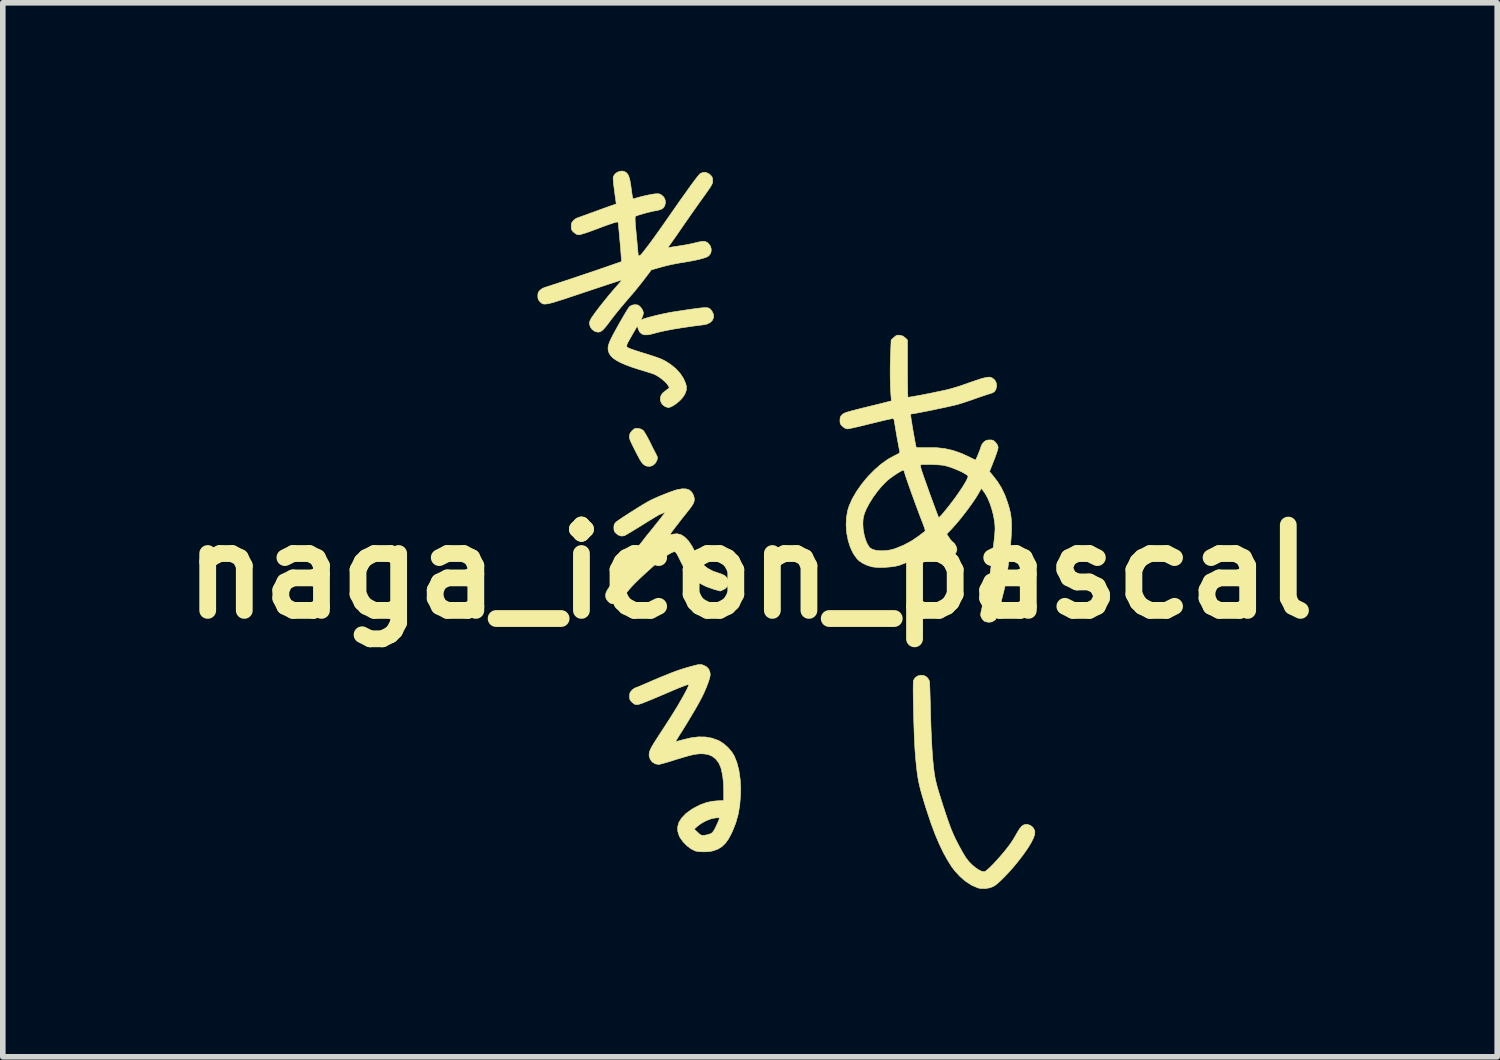
<source format=kicad_pcb>
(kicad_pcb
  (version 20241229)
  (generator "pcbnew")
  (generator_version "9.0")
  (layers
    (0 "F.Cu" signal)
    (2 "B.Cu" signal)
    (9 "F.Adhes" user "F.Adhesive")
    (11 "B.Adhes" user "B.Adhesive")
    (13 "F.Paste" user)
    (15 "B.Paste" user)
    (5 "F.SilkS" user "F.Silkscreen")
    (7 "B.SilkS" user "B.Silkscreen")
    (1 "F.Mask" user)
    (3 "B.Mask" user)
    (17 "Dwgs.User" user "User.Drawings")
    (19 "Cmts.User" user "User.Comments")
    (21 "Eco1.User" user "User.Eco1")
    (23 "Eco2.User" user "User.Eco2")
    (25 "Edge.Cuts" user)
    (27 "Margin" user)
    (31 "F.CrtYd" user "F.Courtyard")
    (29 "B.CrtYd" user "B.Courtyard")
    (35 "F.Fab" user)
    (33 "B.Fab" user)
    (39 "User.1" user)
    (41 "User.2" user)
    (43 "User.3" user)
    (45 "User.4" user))
  (footprint "naga_icon_pascal"
    (layer "F.Cu")
    (at 10.349 7.165)
    (property "Reference" "naga_icon_pascal" (at 0 0 0) (layer "F.SilkS") (effects (font (size 1.524 1.524) (thickness 0.3))))
    (attr through_hole)
    (fp_poly (pts (xy -1.998 -2.562) (xy -1.944 -2.548) (xy -1.909 -2.526) (xy -1.892 -2.504) (xy -1.867 -2.464) (xy -1.837 -2.411) (xy -1.804 -2.349) (xy -1.788 -2.318) (xy -1.756 -2.252) (xy -1.725 -2.19) (xy -1.698 -2.138) (xy -1.679 -2.101) (xy -1.674 -2.09) (xy -1.657 -2.056) (xy -1.654 -2.031) (xy -1.661 -2) (xy -1.665 -1.989) (xy -1.695 -1.936) (xy -1.738 -1.9) (xy -1.79 -1.883) (xy -1.845 -1.888) (xy -1.871 -1.898) (xy -1.893 -1.912) (xy -1.914 -1.929) (xy -1.934 -1.953) (xy -1.957 -1.987) (xy -1.984 -2.035) (xy -2.018 -2.099) (xy -2.059 -2.178) (xy -2.096 -2.253) (xy -2.123 -2.309) (xy -2.141 -2.35) (xy -2.151 -2.381) (xy -2.155 -2.405) (xy -2.155 -2.426) (xy -2.154 -2.432) (xy -2.142 -2.476) (xy -2.112 -2.515) (xy -2.101 -2.526) (xy -2.07 -2.552) (xy -2.044 -2.563) (xy -2.012 -2.563) (xy -1.998 -2.562)) (stroke (width 0.01) (type solid)) (fill yes) (layer "F.SilkS"))
    (fp_poly (pts (xy 3.102 1.851) (xy 3.152 1.877) (xy 3.161 1.885) (xy 3.188 1.918) (xy 3.205 1.954) (xy 3.206 1.961) (xy 3.208 1.982) (xy 3.21 2.025) (xy 3.213 2.088) (xy 3.215 2.168) (xy 3.218 2.262) (xy 3.221 2.367) (xy 3.224 2.48) (xy 3.225 2.54) (xy 3.232 2.766) (xy 3.241 2.975) (xy 3.251 3.163) (xy 3.263 3.331) (xy 3.277 3.477) (xy 3.292 3.6) (xy 3.309 3.698) (xy 3.309 3.702) (xy 3.324 3.763) (xy 3.345 3.844) (xy 3.373 3.939) (xy 3.406 4.045) (xy 3.441 4.157) (xy 3.478 4.27) (xy 3.515 4.381) (xy 3.551 4.484) (xy 3.585 4.576) (xy 3.606 4.629) (xy 3.639 4.706) (xy 3.682 4.796) (xy 3.731 4.89) (xy 3.781 4.982) (xy 3.828 5.063) (xy 3.857 5.109) (xy 3.904 5.17) (xy 3.96 5.229) (xy 4.02 5.28) (xy 4.08 5.322) (xy 4.135 5.349) (xy 4.181 5.359) (xy 4.181 5.359) (xy 4.204 5.35) (xy 4.239 5.323) (xy 4.285 5.282) (xy 4.339 5.228) (xy 4.397 5.166) (xy 4.458 5.098) (xy 4.519 5.027) (xy 4.578 4.955) (xy 4.631 4.886) (xy 4.671 4.83) (xy 4.702 4.782) (xy 4.737 4.723) (xy 4.77 4.665) (xy 4.775 4.656) (xy 4.816 4.59) (xy 4.854 4.545) (xy 4.892 4.52) (xy 4.935 4.512) (xy 4.958 4.513) (xy 5.012 4.532) (xy 5.056 4.569) (xy 5.084 4.62) (xy 5.088 4.639) (xy 5.086 4.69) (xy 5.063 4.758) (xy 5.021 4.841) (xy 4.96 4.941) (xy 4.879 5.056) (xy 4.778 5.187) (xy 4.777 5.188) (xy 4.706 5.274) (xy 4.633 5.357) (xy 4.561 5.434) (xy 4.492 5.503) (xy 4.43 5.56) (xy 4.377 5.602) (xy 4.339 5.625) (xy 4.272 5.648) (xy 4.196 5.659) (xy 4.121 5.658) (xy 4.07 5.647) (xy 3.961 5.6) (xy 3.854 5.531) (xy 3.751 5.443) (xy 3.657 5.341) (xy 3.596 5.259) (xy 3.519 5.135) (xy 3.446 5) (xy 3.375 4.851) (xy 3.305 4.685) (xy 3.236 4.5) (xy 3.167 4.293) (xy 3.15 4.242) (xy 3.109 4.111) (xy 3.076 3.999) (xy 3.048 3.901) (xy 3.026 3.812) (xy 3.008 3.727) (xy 2.993 3.64) (xy 2.981 3.547) (xy 2.969 3.442) (xy 2.958 3.32) (xy 2.953 3.259) (xy 2.948 3.195) (xy 2.943 3.115) (xy 2.939 3.021) (xy 2.934 2.918) (xy 2.93 2.807) (xy 2.926 2.691) (xy 2.923 2.574) (xy 2.92 2.459) (xy 2.918 2.348) (xy 2.916 2.244) (xy 2.915 2.151) (xy 2.915 2.071) (xy 2.916 2.007) (xy 2.917 1.963) (xy 2.92 1.941) (xy 2.92 1.94) (xy 2.95 1.892) (xy 2.995 1.861) (xy 3.048 1.847) (xy 3.102 1.851)) (stroke (width 0.01) (type solid)) (fill yes) (layer "F.SilkS"))
    (fp_poly (pts (xy -2.012 -4.768) (xy -1.987 -4.757) (xy -1.951 -4.724) (xy -1.922 -4.68) (xy -1.906 -4.636) (xy -1.905 -4.622) (xy -1.911 -4.59) (xy -1.925 -4.551) (xy -1.929 -4.543) (xy -1.943 -4.511) (xy -1.943 -4.496) (xy -1.931 -4.501) (xy -1.923 -4.508) (xy -1.905 -4.517) (xy -1.867 -4.529) (xy -1.812 -4.545) (xy -1.746 -4.562) (xy -1.673 -4.581) (xy -1.596 -4.599) (xy -1.52 -4.615) (xy -1.451 -4.629) (xy -1.419 -4.635) (xy -1.359 -4.645) (xy -1.281 -4.657) (xy -1.193 -4.67) (xy -1.101 -4.684) (xy -1.024 -4.695) (xy -0.931 -4.707) (xy -0.86 -4.716) (xy -0.806 -4.719) (xy -0.767 -4.718) (xy -0.738 -4.711) (xy -0.716 -4.698) (xy -0.697 -4.678) (xy -0.678 -4.651) (xy -0.675 -4.648) (xy -0.652 -4.595) (xy -0.652 -4.542) (xy -0.672 -4.494) (xy -0.712 -4.454) (xy -0.767 -4.426) (xy -0.82 -4.414) (xy -1.016 -4.389) (xy -1.196 -4.363) (xy -1.359 -4.337) (xy -1.502 -4.31) (xy -1.623 -4.283) (xy -1.722 -4.257) (xy -1.727 -4.255) (xy -1.813 -4.235) (xy -1.883 -4.233) (xy -1.936 -4.25) (xy -1.974 -4.286) (xy -1.997 -4.336) (xy -2.013 -4.393) (xy -2.117 -4.213) (xy -2.157 -4.143) (xy -2.185 -4.092) (xy -2.2 -4.056) (xy -2.204 -4.03) (xy -2.195 -4.013) (xy -2.173 -3.999) (xy -2.139 -3.985) (xy -2.112 -3.975) (xy -2.077 -3.963) (xy -2.023 -3.945) (xy -1.957 -3.924) (xy -1.883 -3.901) (xy -1.833 -3.886) (xy -1.734 -3.854) (xy -1.654 -3.827) (xy -1.588 -3.801) (xy -1.532 -3.775) (xy -1.481 -3.745) (xy -1.429 -3.711) (xy -1.416 -3.702) (xy -1.324 -3.627) (xy -1.247 -3.542) (xy -1.188 -3.453) (xy -1.149 -3.362) (xy -1.136 -3.308) (xy -1.139 -3.241) (xy -1.166 -3.17) (xy -1.216 -3.098) (xy -1.258 -3.055) (xy -1.312 -3.009) (xy -1.367 -2.971) (xy -1.417 -2.945) (xy -1.457 -2.934) (xy -1.46 -2.934) (xy -1.484 -2.94) (xy -1.517 -2.953) (xy -1.523 -2.955) (xy -1.567 -2.99) (xy -1.594 -3.037) (xy -1.603 -3.09) (xy -1.593 -3.143) (xy -1.564 -3.189) (xy -1.549 -3.203) (xy -1.512 -3.232) (xy -1.476 -3.26) (xy -1.476 -3.26) (xy -1.441 -3.287) (xy -1.466 -3.334) (xy -1.491 -3.367) (xy -1.533 -3.408) (xy -1.584 -3.45) (xy -1.639 -3.489) (xy -1.689 -3.518) (xy -1.723 -3.533) (xy -1.772 -3.55) (xy -1.826 -3.567) (xy -1.829 -3.568) (xy -1.984 -3.615) (xy -2.116 -3.658) (xy -2.227 -3.699) (xy -2.317 -3.739) (xy -2.389 -3.778) (xy -2.445 -3.817) (xy -2.486 -3.857) (xy -2.514 -3.9) (xy -2.522 -3.918) (xy -2.532 -3.951) (xy -2.537 -3.983) (xy -2.535 -4.018) (xy -2.526 -4.059) (xy -2.508 -4.108) (xy -2.481 -4.168) (xy -2.443 -4.242) (xy -2.394 -4.332) (xy -2.349 -4.413) (xy -2.303 -4.493) (xy -2.26 -4.567) (xy -2.222 -4.632) (xy -2.19 -4.684) (xy -2.166 -4.72) (xy -2.153 -4.737) (xy -2.112 -4.762) (xy -2.061 -4.772) (xy -2.012 -4.768)) (stroke (width 0.01) (type solid)) (fill yes) (layer "F.SilkS"))
    (fp_poly (pts (xy -1.142 -1.481) (xy -1.085 -1.462) (xy -1.041 -1.423) (xy -1.011 -1.37) (xy -0.996 -1.316) (xy -0.997 -1.266) (xy -1.016 -1.214) (xy -1.055 -1.155) (xy -1.064 -1.143) (xy -1.091 -1.108) (xy -1.13 -1.058) (xy -1.178 -0.998) (xy -1.23 -0.932) (xy -1.28 -0.868) (xy -1.327 -0.807) (xy -1.368 -0.753) (xy -1.401 -0.71) (xy -1.422 -0.679) (xy -1.43 -0.665) (xy -1.43 -0.664) (xy -1.416 -0.664) (xy -1.386 -0.669) (xy -1.373 -0.673) (xy -1.301 -0.68) (xy -1.231 -0.662) (xy -1.164 -0.618) (xy -1.099 -0.551) (xy -1.037 -0.458) (xy -0.977 -0.341) (xy -0.97 -0.324) (xy -0.914 -0.219) (xy -0.846 -0.133) (xy -0.762 -0.065) (xy -0.661 -0.011) (xy -0.568 0.021) (xy -0.498 0.045) (xy -0.448 0.071) (xy -0.416 0.103) (xy -0.395 0.144) (xy -0.392 0.152) (xy -0.387 0.21) (xy -0.404 0.26) (xy -0.445 0.301) (xy -0.476 0.319) (xy -0.534 0.344) (xy -0.65 0.311) (xy -0.782 0.265) (xy -0.897 0.206) (xy -1.002 0.131) (xy -1.084 0.055) (xy -1.122 0.013) (xy -1.157 -0.035) (xy -1.191 -0.093) (xy -1.23 -0.169) (xy -1.232 -0.171) (xy -1.267 -0.244) (xy -1.294 -0.297) (xy -1.315 -0.333) (xy -1.332 -0.353) (xy -1.349 -0.36) (xy -1.368 -0.356) (xy -1.393 -0.345) (xy -1.419 -0.332) (xy -1.478 -0.298) (xy -1.548 -0.249) (xy -1.631 -0.184) (xy -1.727 -0.102) (xy -1.836 -0.004) (xy -1.925 0.078) (xy -1.998 0.147) (xy -2.059 0.207) (xy -2.11 0.26) (xy -2.156 0.312) (xy -2.199 0.364) (xy -2.239 0.416) (xy -2.278 0.466) (xy -2.314 0.509) (xy -2.343 0.542) (xy -2.361 0.558) (xy -2.362 0.558) (xy -2.39 0.567) (xy -2.429 0.571) (xy -2.439 0.572) (xy -2.478 0.568) (xy -2.509 0.552) (xy -2.535 0.528) (xy -2.566 0.489) (xy -2.579 0.449) (xy -2.578 0.4) (xy -2.573 0.376) (xy -2.56 0.347) (xy -2.539 0.31) (xy -2.506 0.261) (xy -2.46 0.197) (xy -2.433 0.16) (xy -2.385 0.094) (xy -2.333 0.021) (xy -2.284 -0.049) (xy -2.248 -0.102) (xy -2.136 -0.263) (xy -2.007 -0.437) (xy -1.866 -0.62) (xy -1.797 -0.705) (xy -1.743 -0.771) (xy -1.69 -0.838) (xy -1.641 -0.899) (xy -1.601 -0.95) (xy -1.576 -0.982) (xy -1.51 -1.068) (xy -1.558 -1.047) (xy -1.594 -1.032) (xy -1.621 -1.021) (xy -1.626 -1.019) (xy -1.641 -1.01) (xy -1.675 -0.99) (xy -1.725 -0.96) (xy -1.786 -0.923) (xy -1.857 -0.879) (xy -1.929 -0.834) (xy -2.007 -0.786) (xy -2.079 -0.742) (xy -2.143 -0.703) (xy -2.194 -0.673) (xy -2.23 -0.652) (xy -2.247 -0.644) (xy -2.299 -0.638) (xy -2.352 -0.656) (xy -2.391 -0.685) (xy -2.416 -0.711) (xy -2.428 -0.737) (xy -2.432 -0.774) (xy -2.432 -0.786) (xy -2.43 -0.829) (xy -2.419 -0.858) (xy -2.397 -0.884) (xy -2.394 -0.887) (xy -2.372 -0.905) (xy -2.332 -0.933) (xy -2.277 -0.97) (xy -2.211 -1.013) (xy -2.138 -1.06) (xy -2.061 -1.109) (xy -1.984 -1.157) (xy -1.911 -1.202) (xy -1.844 -1.241) (xy -1.822 -1.254) (xy -1.769 -1.282) (xy -1.698 -1.315) (xy -1.616 -1.351) (xy -1.529 -1.386) (xy -1.445 -1.419) (xy -1.369 -1.446) (xy -1.309 -1.465) (xy -1.302 -1.466) (xy -1.214 -1.483) (xy -1.142 -1.481)) (stroke (width 0.01) (type solid)) (fill yes) (layer "F.SilkS"))
    (fp_poly (pts (xy -0.876 1.657) (xy -0.852 1.662) (xy -0.845 1.664) (xy -0.782 1.693) (xy -0.738 1.738) (xy -0.715 1.798) (xy -0.711 1.841) (xy -0.717 1.877) (xy -0.732 1.932) (xy -0.755 1.999) (xy -0.784 2.073) (xy -0.817 2.15) (xy -0.852 2.225) (xy -0.853 2.226) (xy -0.887 2.291) (xy -0.931 2.372) (xy -0.984 2.465) (xy -1.043 2.564) (xy -1.104 2.666) (xy -1.164 2.764) (xy -1.214 2.845) (xy -1.253 2.905) (xy -1.285 2.957) (xy -1.31 2.999) (xy -1.325 3.025) (xy -1.328 3.032) (xy -1.315 3.031) (xy -1.283 3.023) (xy -1.239 3.011) (xy -1.213 3.004) (xy -1.061 2.967) (xy -0.922 2.949) (xy -0.796 2.951) (xy -0.679 2.972) (xy -0.568 3.012) (xy -0.547 3.022) (xy -0.471 3.071) (xy -0.396 3.137) (xy -0.33 3.213) (xy -0.281 3.291) (xy -0.28 3.293) (xy -0.233 3.413) (xy -0.198 3.551) (xy -0.176 3.706) (xy -0.167 3.873) (xy -0.17 3.994) (xy -0.184 4.172) (xy -0.212 4.334) (xy -0.255 4.487) (xy -0.315 4.637) (xy -0.33 4.669) (xy -0.384 4.771) (xy -0.441 4.85) (xy -0.504 4.911) (xy -0.577 4.955) (xy -0.661 4.985) (xy -0.663 4.986) (xy -0.721 4.996) (xy -0.789 5.002) (xy -0.86 5.002) (xy -0.925 4.997) (xy -0.975 4.988) (xy -0.98 4.986) (xy -1.054 4.949) (xy -1.128 4.893) (xy -1.195 4.825) (xy -1.248 4.751) (xy -1.265 4.719) (xy -1.291 4.636) (xy -1.292 4.597) (xy -0.997 4.597) (xy -0.934 4.656) (xy -0.9 4.687) (xy -0.875 4.703) (xy -0.853 4.709) (xy -0.823 4.708) (xy -0.807 4.706) (xy -0.76 4.697) (xy -0.715 4.683) (xy -0.702 4.678) (xy -0.677 4.662) (xy -0.655 4.636) (xy -0.63 4.595) (xy -0.61 4.555) (xy -0.587 4.505) (xy -0.567 4.46) (xy -0.554 4.428) (xy -0.552 4.421) (xy -0.548 4.404) (xy -0.552 4.396) (xy -0.57 4.394) (xy -0.606 4.396) (xy -0.623 4.398) (xy -0.697 4.413) (xy -0.778 4.444) (xy -0.858 4.486) (xy -0.929 4.536) (xy -0.944 4.549) (xy -0.997 4.597) (xy -1.292 4.597) (xy -1.292 4.554) (xy -1.269 4.474) (xy -1.22 4.397) (xy -1.147 4.321) (xy -1.05 4.249) (xy -0.998 4.218) (xy -0.884 4.16) (xy -0.776 4.121) (xy -0.666 4.099) (xy -0.594 4.092) (xy -0.47 4.086) (xy -0.47 3.93) (xy -0.474 3.779) (xy -0.488 3.648) (xy -0.512 3.532) (xy -0.523 3.494) (xy -0.557 3.416) (xy -0.608 3.349) (xy -0.669 3.298) (xy -0.738 3.268) (xy -0.748 3.265) (xy -0.8 3.256) (xy -0.849 3.251) (xy -0.9 3.251) (xy -0.957 3.257) (xy -1.021 3.268) (xy -1.098 3.287) (xy -1.19 3.313) (xy -1.3 3.346) (xy -1.363 3.366) (xy -1.438 3.39) (xy -1.507 3.41) (xy -1.565 3.426) (xy -1.608 3.437) (xy -1.632 3.442) (xy -1.633 3.442) (xy -1.694 3.43) (xy -1.746 3.398) (xy -1.783 3.35) (xy -1.802 3.291) (xy -1.803 3.27) (xy -1.801 3.244) (xy -1.796 3.217) (xy -1.785 3.186) (xy -1.767 3.148) (xy -1.741 3.101) (xy -1.705 3.042) (xy -1.658 2.969) (xy -1.599 2.878) (xy -1.584 2.855) (xy -1.506 2.735) (xy -1.43 2.617) (xy -1.358 2.502) (xy -1.292 2.394) (xy -1.234 2.294) (xy -1.184 2.206) (xy -1.144 2.132) (xy -1.115 2.074) (xy -1.099 2.035) (xy -1.09 2.007) (xy -1.183 2.04) (xy -1.22 2.054) (xy -1.275 2.076) (xy -1.346 2.105) (xy -1.427 2.14) (xy -1.516 2.178) (xy -1.608 2.217) (xy -1.613 2.219) (xy -1.702 2.257) (xy -1.786 2.292) (xy -1.861 2.322) (xy -1.924 2.347) (xy -1.972 2.363) (xy -2 2.371) (xy -2.002 2.371) (xy -2.037 2.373) (xy -2.063 2.365) (xy -2.092 2.343) (xy -2.104 2.333) (xy -2.133 2.303) (xy -2.148 2.277) (xy -2.152 2.244) (xy -2.153 2.224) (xy -2.15 2.181) (xy -2.138 2.15) (xy -2.115 2.122) (xy -2.086 2.095) (xy -2.058 2.077) (xy -2.052 2.075) (xy -2.031 2.067) (xy -1.991 2.051) (xy -1.94 2.03) (xy -1.882 2.005) (xy -1.88 2.004) (xy -1.735 1.941) (xy -1.609 1.888) (xy -1.501 1.844) (xy -1.406 1.806) (xy -1.322 1.774) (xy -1.244 1.747) (xy -1.171 1.724) (xy -1.099 1.703) (xy -1.048 1.689) (xy -0.983 1.672) (xy -0.936 1.661) (xy -0.902 1.657) (xy -0.876 1.657)) (stroke (width 0.01) (type solid)) (fill yes) (layer "F.SilkS"))
    (fp_poly (pts (xy -2.236 -7.147) (xy -2.204 -7.125) (xy -2.18 -7.095) (xy -2.161 -7.051) (xy -2.145 -6.99) (xy -2.131 -6.909) (xy -2.129 -6.894) (xy -2.117 -6.811) (xy -2.109 -6.75) (xy -2.102 -6.708) (xy -2.096 -6.681) (xy -2.09 -6.667) (xy -2.082 -6.662) (xy -2.073 -6.664) (xy -2.062 -6.668) (xy -2.02 -6.682) (xy -1.96 -6.698) (xy -1.892 -6.715) (xy -1.822 -6.73) (xy -1.758 -6.743) (xy -1.709 -6.75) (xy -1.706 -6.751) (xy -1.658 -6.754) (xy -1.626 -6.752) (xy -1.598 -6.741) (xy -1.584 -6.733) (xy -1.539 -6.692) (xy -1.515 -6.639) (xy -1.513 -6.58) (xy -1.526 -6.535) (xy -1.551 -6.499) (xy -1.593 -6.473) (xy -1.653 -6.456) (xy -1.687 -6.45) (xy -1.729 -6.443) (xy -1.783 -6.43) (xy -1.844 -6.415) (xy -1.906 -6.398) (xy -1.963 -6.381) (xy -2.01 -6.366) (xy -2.041 -6.354) (xy -2.049 -6.349) (xy -2.052 -6.333) (xy -2.053 -6.297) (xy -2.051 -6.244) (xy -2.046 -6.181) (xy -2.045 -6.17) (xy -2.033 -6.039) (xy -2.022 -5.924) (xy -2.013 -5.827) (xy -2.006 -5.748) (xy -2 -5.69) (xy -1.996 -5.654) (xy -1.995 -5.642) (xy -1.984 -5.644) (xy -1.969 -5.649) (xy -1.951 -5.663) (xy -1.92 -5.698) (xy -1.877 -5.753) (xy -1.821 -5.826) (xy -1.754 -5.916) (xy -1.676 -6.024) (xy -1.588 -6.148) (xy -1.49 -6.287) (xy -1.469 -6.318) (xy -1.353 -6.484) (xy -1.25 -6.632) (xy -1.158 -6.76) (xy -1.08 -6.87) (xy -1.015 -6.959) (xy -0.963 -7.028) (xy -0.924 -7.077) (xy -0.899 -7.106) (xy -0.894 -7.111) (xy -0.844 -7.135) (xy -0.791 -7.136) (xy -0.738 -7.113) (xy -0.715 -7.095) (xy -0.686 -7.065) (xy -0.672 -7.037) (xy -0.668 -7) (xy -0.668 -6.99) (xy -0.668 -6.971) (xy -0.67 -6.952) (xy -0.677 -6.932) (xy -0.688 -6.908) (xy -0.707 -6.876) (xy -0.735 -6.834) (xy -0.774 -6.779) (xy -0.824 -6.708) (xy -0.86 -6.658) (xy -0.925 -6.567) (xy -0.997 -6.465) (xy -1.071 -6.36) (xy -1.141 -6.259) (xy -1.204 -6.169) (xy -1.221 -6.144) (xy -1.271 -6.071) (xy -1.318 -6.003) (xy -1.36 -5.943) (xy -1.394 -5.895) (xy -1.417 -5.862) (xy -1.424 -5.853) (xy -1.45 -5.818) (xy -1.459 -5.799) (xy -1.451 -5.793) (xy -1.432 -5.795) (xy -1.408 -5.8) (xy -1.366 -5.807) (xy -1.311 -5.815) (xy -1.257 -5.823) (xy -1.182 -5.835) (xy -1.1 -5.85) (xy -1.024 -5.866) (xy -0.988 -5.875) (xy -0.915 -5.892) (xy -0.861 -5.902) (xy -0.821 -5.904) (xy -0.791 -5.897) (xy -0.764 -5.883) (xy -0.745 -5.867) (xy -0.709 -5.821) (xy -0.693 -5.768) (xy -0.696 -5.714) (xy -0.718 -5.666) (xy -0.753 -5.633) (xy -0.788 -5.617) (xy -0.844 -5.599) (xy -0.917 -5.58) (xy -1.004 -5.561) (xy -1.1 -5.543) (xy -1.202 -5.526) (xy -1.207 -5.526) (xy -1.292 -5.511) (xy -1.39 -5.492) (xy -1.488 -5.47) (xy -1.575 -5.447) (xy -1.577 -5.447) (xy -1.763 -5.394) (xy -1.884 -5.234) (xy -1.937 -5.165) (xy -1.997 -5.09) (xy -2.056 -5.017) (xy -2.108 -4.955) (xy -2.116 -4.947) (xy -2.226 -4.819) (xy -2.323 -4.704) (xy -2.409 -4.598) (xy -2.488 -4.496) (xy -2.522 -4.45) (xy -2.576 -4.38) (xy -2.619 -4.331) (xy -2.656 -4.3) (xy -2.691 -4.284) (xy -2.725 -4.282) (xy -2.764 -4.293) (xy -2.778 -4.299) (xy -2.821 -4.33) (xy -2.853 -4.376) (xy -2.869 -4.428) (xy -2.87 -4.44) (xy -2.861 -4.48) (xy -2.835 -4.53) (xy -2.824 -4.548) (xy -2.768 -4.627) (xy -2.698 -4.72) (xy -2.618 -4.821) (xy -2.532 -4.927) (xy -2.444 -5.032) (xy -2.364 -5.123) (xy -2.33 -5.162) (xy -2.305 -5.192) (xy -2.291 -5.211) (xy -2.289 -5.214) (xy -2.301 -5.211) (xy -2.336 -5.2) (xy -2.389 -5.183) (xy -2.461 -5.159) (xy -2.548 -5.131) (xy -2.647 -5.098) (xy -2.758 -5.061) (xy -2.878 -5.021) (xy -2.953 -4.996) (xy -3.103 -4.946) (xy -3.231 -4.903) (xy -3.339 -4.867) (xy -3.429 -4.839) (xy -3.502 -4.816) (xy -3.562 -4.8) (xy -3.609 -4.789) (xy -3.646 -4.784) (xy -3.674 -4.783) (xy -3.696 -4.786) (xy -3.714 -4.793) (xy -3.729 -4.804) (xy -3.744 -4.817) (xy -3.752 -4.825) (xy -3.777 -4.855) (xy -3.788 -4.885) (xy -3.791 -4.927) (xy -3.788 -4.971) (xy -3.776 -5.002) (xy -3.753 -5.029) (xy -3.716 -5.058) (xy -3.672 -5.079) (xy -3.665 -5.081) (xy -3.638 -5.089) (xy -3.59 -5.105) (xy -3.524 -5.126) (xy -3.444 -5.152) (xy -3.351 -5.183) (xy -3.25 -5.216) (xy -3.143 -5.252) (xy -3.034 -5.289) (xy -2.924 -5.326) (xy -2.818 -5.361) (xy -2.719 -5.395) (xy -2.629 -5.426) (xy -2.551 -5.453) (xy -2.516 -5.465) (xy -2.295 -5.542) (xy -2.303 -5.651) (xy -2.307 -5.707) (xy -2.312 -5.775) (xy -2.319 -5.852) (xy -2.326 -5.931) (xy -2.333 -6.01) (xy -2.34 -6.085) (xy -2.346 -6.149) (xy -2.351 -6.201) (xy -2.355 -6.234) (xy -2.357 -6.245) (xy -2.363 -6.249) (xy -2.378 -6.248) (xy -2.405 -6.243) (xy -2.445 -6.231) (xy -2.501 -6.212) (xy -2.575 -6.186) (xy -2.667 -6.152) (xy -2.781 -6.109) (xy -2.795 -6.104) (xy -2.868 -6.077) (xy -2.936 -6.054) (xy -2.993 -6.036) (xy -3.036 -6.024) (xy -3.059 -6.02) (xy -3.099 -6.029) (xy -3.141 -6.059) (xy -3.147 -6.063) (xy -3.176 -6.093) (xy -3.19 -6.119) (xy -3.194 -6.154) (xy -3.194 -6.17) (xy -3.191 -6.214) (xy -3.18 -6.245) (xy -3.157 -6.273) (xy -3.127 -6.299) (xy -3.099 -6.317) (xy -3.093 -6.319) (xy -3.074 -6.326) (xy -3.034 -6.34) (xy -2.979 -6.36) (xy -2.913 -6.384) (xy -2.839 -6.411) (xy -2.832 -6.413) (xy -2.751 -6.443) (xy -2.671 -6.472) (xy -2.597 -6.499) (xy -2.536 -6.521) (xy -2.496 -6.535) (xy -2.449 -6.551) (xy -2.413 -6.563) (xy -2.393 -6.571) (xy -2.391 -6.571) (xy -2.392 -6.584) (xy -2.396 -6.617) (xy -2.403 -6.668) (xy -2.412 -6.732) (xy -2.42 -6.794) (xy -2.43 -6.869) (xy -2.438 -6.936) (xy -2.443 -6.993) (xy -2.445 -7.032) (xy -2.445 -7.049) (xy -2.423 -7.094) (xy -2.384 -7.13) (xy -2.334 -7.153) (xy -2.282 -7.16) (xy -2.236 -7.147)) (stroke (width 0.01) (type solid)) (fill yes) (layer "F.SilkS"))
    (fp_poly (pts (xy 2.676 -4.226) (xy 2.729 -4.212) (xy 2.771 -4.181) (xy 2.773 -4.18) (xy 2.813 -4.14) (xy 2.813 -3.633) (xy 2.813 -3.522) (xy 2.814 -3.419) (xy 2.815 -3.327) (xy 2.816 -3.248) (xy 2.817 -3.186) (xy 2.819 -3.142) (xy 2.82 -3.121) (xy 2.821 -3.119) (xy 2.835 -3.119) (xy 2.87 -3.124) (xy 2.923 -3.133) (xy 2.99 -3.145) (xy 3.068 -3.159) (xy 3.152 -3.176) (xy 3.24 -3.193) (xy 3.328 -3.212) (xy 3.412 -3.229) (xy 3.488 -3.246) (xy 3.537 -3.257) (xy 3.6 -3.274) (xy 3.677 -3.297) (xy 3.758 -3.322) (xy 3.829 -3.347) (xy 3.943 -3.387) (xy 4.037 -3.419) (xy 4.111 -3.444) (xy 4.171 -3.461) (xy 4.217 -3.472) (xy 4.253 -3.477) (xy 4.281 -3.477) (xy 4.305 -3.472) (xy 4.326 -3.463) (xy 4.328 -3.462) (xy 4.372 -3.426) (xy 4.398 -3.377) (xy 4.406 -3.321) (xy 4.393 -3.263) (xy 4.382 -3.242) (xy 4.361 -3.215) (xy 4.33 -3.197) (xy 4.284 -3.181) (xy 4.245 -3.17) (xy 4.19 -3.151) (xy 4.123 -3.129) (xy 4.051 -3.104) (xy 4.02 -3.093) (xy 3.943 -3.066) (xy 3.864 -3.039) (xy 3.79 -3.015) (xy 3.729 -2.996) (xy 3.714 -2.992) (xy 3.673 -2.981) (xy 3.612 -2.967) (xy 3.534 -2.949) (xy 3.446 -2.93) (xy 3.35 -2.91) (xy 3.253 -2.889) (xy 3.158 -2.87) (xy 3.07 -2.853) (xy 2.993 -2.838) (xy 2.933 -2.827) (xy 2.923 -2.826) (xy 2.868 -2.817) (xy 2.876 -2.745) (xy 2.881 -2.71) (xy 2.89 -2.657) (xy 2.9 -2.593) (xy 2.912 -2.522) (xy 2.925 -2.449) (xy 2.938 -2.379) (xy 2.949 -2.318) (xy 2.958 -2.269) (xy 2.965 -2.239) (xy 2.966 -2.234) (xy 2.971 -2.225) (xy 2.984 -2.22) (xy 3.008 -2.217) (xy 3.047 -2.217) (xy 3.106 -2.218) (xy 3.14 -2.219) (xy 3.316 -2.219) (xy 3.476 -2.202) (xy 3.629 -2.167) (xy 3.78 -2.114) (xy 3.885 -2.066) (xy 3.938 -2.04) (xy 3.983 -2.018) (xy 4.014 -2.003) (xy 4.028 -1.996) (xy 4.035 -2.006) (xy 4.048 -2.034) (xy 4.066 -2.075) (xy 4.086 -2.123) (xy 4.105 -2.172) (xy 4.121 -2.218) (xy 4.133 -2.255) (xy 4.133 -2.255) (xy 4.147 -2.281) (xy 4.172 -2.311) (xy 4.179 -2.319) (xy 4.209 -2.342) (xy 4.24 -2.353) (xy 4.282 -2.356) (xy 4.323 -2.354) (xy 4.351 -2.344) (xy 4.378 -2.32) (xy 4.389 -2.308) (xy 4.421 -2.264) (xy 4.432 -2.224) (xy 4.432 -2.221) (xy 4.428 -2.196) (xy 4.415 -2.152) (xy 4.396 -2.095) (xy 4.372 -2.03) (xy 4.355 -1.986) (xy 4.278 -1.791) (xy 4.334 -1.724) (xy 4.422 -1.61) (xy 4.494 -1.494) (xy 4.554 -1.368) (xy 4.601 -1.238) (xy 4.63 -1.142) (xy 4.651 -1.056) (xy 4.664 -0.971) (xy 4.671 -0.882) (xy 4.672 -0.779) (xy 4.67 -0.712) (xy 4.665 -0.618) (xy 4.657 -0.508) (xy 4.645 -0.387) (xy 4.631 -0.26) (xy 4.615 -0.131) (xy 4.598 -0.006) (xy 4.58 0.111) (xy 4.563 0.215) (xy 4.545 0.301) (xy 4.535 0.343) (xy 4.504 0.465) (xy 4.478 0.565) (xy 4.457 0.645) (xy 4.439 0.708) (xy 4.426 0.756) (xy 4.414 0.792) (xy 4.405 0.817) (xy 4.396 0.835) (xy 4.388 0.848) (xy 4.379 0.858) (xy 4.369 0.867) (xy 4.322 0.894) (xy 4.265 0.902) (xy 4.208 0.891) (xy 4.189 0.883) (xy 4.162 0.859) (xy 4.137 0.825) (xy 4.134 0.819) (xy 4.127 0.802) (xy 4.122 0.786) (xy 4.12 0.768) (xy 4.122 0.744) (xy 4.128 0.71) (xy 4.138 0.665) (xy 4.154 0.605) (xy 4.175 0.526) (xy 4.199 0.438) (xy 4.221 0.355) (xy 4.24 0.282) (xy 4.256 0.214) (xy 4.27 0.147) (xy 4.282 0.077) (xy 4.294 -0.003) (xy 4.306 -0.095) (xy 4.319 -0.204) (xy 4.33 -0.292) (xy 4.343 -0.413) (xy 4.355 -0.512) (xy 4.363 -0.591) (xy 4.37 -0.655) (xy 4.374 -0.705) (xy 4.377 -0.746) (xy 4.377 -0.78) (xy 4.376 -0.809) (xy 4.374 -0.839) (xy 4.371 -0.87) (xy 4.369 -0.89) (xy 4.351 -0.998) (xy 4.323 -1.109) (xy 4.288 -1.217) (xy 4.246 -1.316) (xy 4.2 -1.399) (xy 4.167 -1.446) (xy 4.132 -1.489) (xy 4.085 -1.406) (xy 4.038 -1.328) (xy 3.977 -1.237) (xy 3.905 -1.137) (xy 3.828 -1.035) (xy 3.749 -0.935) (xy 3.671 -0.843) (xy 3.599 -0.763) (xy 3.584 -0.747) (xy 3.514 -0.675) (xy 3.556 -0.61) (xy 3.582 -0.573) (xy 3.607 -0.544) (xy 3.622 -0.532) (xy 3.653 -0.504) (xy 3.679 -0.461) (xy 3.694 -0.414) (xy 3.696 -0.395) (xy 3.684 -0.351) (xy 3.655 -0.309) (xy 3.614 -0.275) (xy 3.569 -0.256) (xy 3.551 -0.254) (xy 3.508 -0.259) (xy 3.471 -0.271) (xy 3.47 -0.272) (xy 3.434 -0.297) (xy 3.391 -0.338) (xy 3.348 -0.386) (xy 3.315 -0.43) (xy 3.286 -0.472) (xy 3.253 -0.44) (xy 3.198 -0.395) (xy 3.125 -0.345) (xy 3.038 -0.292) (xy 2.945 -0.24) (xy 2.85 -0.192) (xy 2.758 -0.151) (xy 2.676 -0.12) (xy 2.661 -0.115) (xy 2.595 -0.099) (xy 2.513 -0.088) (xy 2.423 -0.08) (xy 2.332 -0.077) (xy 2.25 -0.08) (xy 2.185 -0.088) (xy 2.182 -0.088) (xy 2.099 -0.113) (xy 2.02 -0.149) (xy 1.952 -0.194) (xy 1.911 -0.233) (xy 1.845 -0.326) (xy 1.792 -0.437) (xy 1.753 -0.561) (xy 1.727 -0.693) (xy 1.717 -0.829) (xy 1.718 -0.862) (xy 2.016 -0.862) (xy 2.016 -0.85) (xy 2.021 -0.761) (xy 2.037 -0.671) (xy 2.059 -0.586) (xy 2.088 -0.512) (xy 2.122 -0.454) (xy 2.145 -0.426) (xy 2.19 -0.4) (xy 2.253 -0.383) (xy 2.329 -0.376) (xy 2.412 -0.377) (xy 2.498 -0.389) (xy 2.58 -0.41) (xy 2.587 -0.412) (xy 2.744 -0.476) (xy 2.89 -0.554) (xy 3.033 -0.653) (xy 3.041 -0.659) (xy 3.079 -0.689) (xy 3.11 -0.712) (xy 3.127 -0.725) (xy 3.128 -0.726) (xy 3.129 -0.74) (xy 3.12 -0.774) (xy 3.103 -0.824) (xy 3.08 -0.885) (xy 3.054 -0.951) (xy 3.024 -1.029) (xy 2.991 -1.117) (xy 2.956 -1.211) (xy 2.921 -1.308) (xy 2.886 -1.404) (xy 2.854 -1.495) (xy 2.824 -1.579) (xy 2.799 -1.652) (xy 2.779 -1.711) (xy 2.766 -1.752) (xy 2.762 -1.768) (xy 2.753 -1.799) (xy 2.741 -1.815) (xy 2.738 -1.816) (xy 2.717 -1.809) (xy 2.68 -1.789) (xy 2.634 -1.761) (xy 2.582 -1.727) (xy 2.529 -1.69) (xy 2.482 -1.654) (xy 2.444 -1.623) (xy 2.444 -1.622) (xy 2.36 -1.538) (xy 2.277 -1.439) (xy 2.199 -1.333) (xy 2.131 -1.224) (xy 2.076 -1.12) (xy 2.047 -1.049) (xy 2.028 -0.988) (xy 2.019 -0.93) (xy 2.016 -0.862) (xy 1.718 -0.862) (xy 1.722 -0.962) (xy 1.743 -1.089) (xy 1.767 -1.168) (xy 1.826 -1.303) (xy 1.905 -1.439) (xy 2 -1.573) (xy 2.107 -1.702) (xy 2.224 -1.821) (xy 2.31 -1.895) (xy 3.044 -1.895) (xy 3.05 -1.863) (xy 3.06 -1.825) (xy 3.07 -1.795) (xy 3.087 -1.745) (xy 3.11 -1.679) (xy 3.138 -1.601) (xy 3.169 -1.513) (xy 3.202 -1.42) (xy 3.236 -1.326) (xy 3.27 -1.234) (xy 3.302 -1.148) (xy 3.33 -1.072) (xy 3.348 -1.026) (xy 3.371 -0.966) (xy 3.401 -0.994) (xy 3.42 -1.014) (xy 3.451 -1.05) (xy 3.489 -1.096) (xy 3.532 -1.149) (xy 3.543 -1.162) (xy 3.609 -1.248) (xy 3.673 -1.334) (xy 3.731 -1.417) (xy 3.784 -1.495) (xy 3.828 -1.565) (xy 3.862 -1.624) (xy 3.885 -1.671) (xy 3.895 -1.701) (xy 3.894 -1.709) (xy 3.877 -1.728) (xy 3.839 -1.753) (xy 3.787 -1.782) (xy 3.724 -1.811) (xy 3.655 -1.84) (xy 3.586 -1.866) (xy 3.519 -1.887) (xy 3.472 -1.899) (xy 3.432 -1.905) (xy 3.377 -1.91) (xy 3.314 -1.914) (xy 3.248 -1.917) (xy 3.183 -1.918) (xy 3.125 -1.918) (xy 3.079 -1.916) (xy 3.051 -1.913) (xy 3.045 -1.91) (xy 3.044 -1.895) (xy 2.31 -1.895) (xy 2.346 -1.927) (xy 2.471 -2.015) (xy 2.594 -2.082) (xy 2.597 -2.083) (xy 2.64 -2.104) (xy 2.665 -2.119) (xy 2.675 -2.132) (xy 2.675 -2.148) (xy 2.673 -2.156) (xy 2.666 -2.189) (xy 2.656 -2.24) (xy 2.644 -2.306) (xy 2.63 -2.379) (xy 2.617 -2.455) (xy 2.605 -2.527) (xy 2.594 -2.591) (xy 2.586 -2.64) (xy 2.584 -2.658) (xy 2.577 -2.699) (xy 2.567 -2.729) (xy 2.559 -2.738) (xy 2.544 -2.737) (xy 2.507 -2.73) (xy 2.451 -2.718) (xy 2.38 -2.702) (xy 2.297 -2.682) (xy 2.205 -2.659) (xy 2.161 -2.649) (xy 2.065 -2.625) (xy 1.975 -2.603) (xy 1.895 -2.584) (xy 1.827 -2.569) (xy 1.777 -2.559) (xy 1.746 -2.553) (xy 1.74 -2.553) (xy 1.698 -2.564) (xy 1.654 -2.596) (xy 1.625 -2.626) (xy 1.611 -2.652) (xy 1.607 -2.687) (xy 1.607 -2.704) (xy 1.609 -2.747) (xy 1.62 -2.777) (xy 1.643 -2.805) (xy 1.645 -2.806) (xy 1.657 -2.817) (xy 1.672 -2.827) (xy 1.693 -2.837) (xy 1.721 -2.848) (xy 1.761 -2.86) (xy 1.815 -2.875) (xy 1.884 -2.893) (xy 1.973 -2.916) (xy 2.084 -2.943) (xy 2.102 -2.948) (xy 2.201 -2.972) (xy 2.292 -2.994) (xy 2.372 -3.014) (xy 2.438 -3.031) (xy 2.487 -3.043) (xy 2.516 -3.051) (xy 2.524 -3.053) (xy 2.524 -3.066) (xy 2.522 -3.099) (xy 2.518 -3.146) (xy 2.515 -3.188) (xy 2.509 -3.272) (xy 2.506 -3.376) (xy 2.504 -3.495) (xy 2.504 -3.625) (xy 2.506 -3.76) (xy 2.511 -3.897) (xy 2.513 -3.948) (xy 2.521 -4.142) (xy 2.57 -4.187) (xy 2.602 -4.214) (xy 2.627 -4.226) (xy 2.657 -4.227) (xy 2.676 -4.226)) (stroke (width 0.01) (type solid)) (fill yes) (layer "F.SilkS")))
  (gr_rect
    (start -3 -3)
    (end 23.697 15.829)
    (stroke (width 0.1) (type default))
    (fill no)
    (layer "Edge.Cuts")))
</source>
